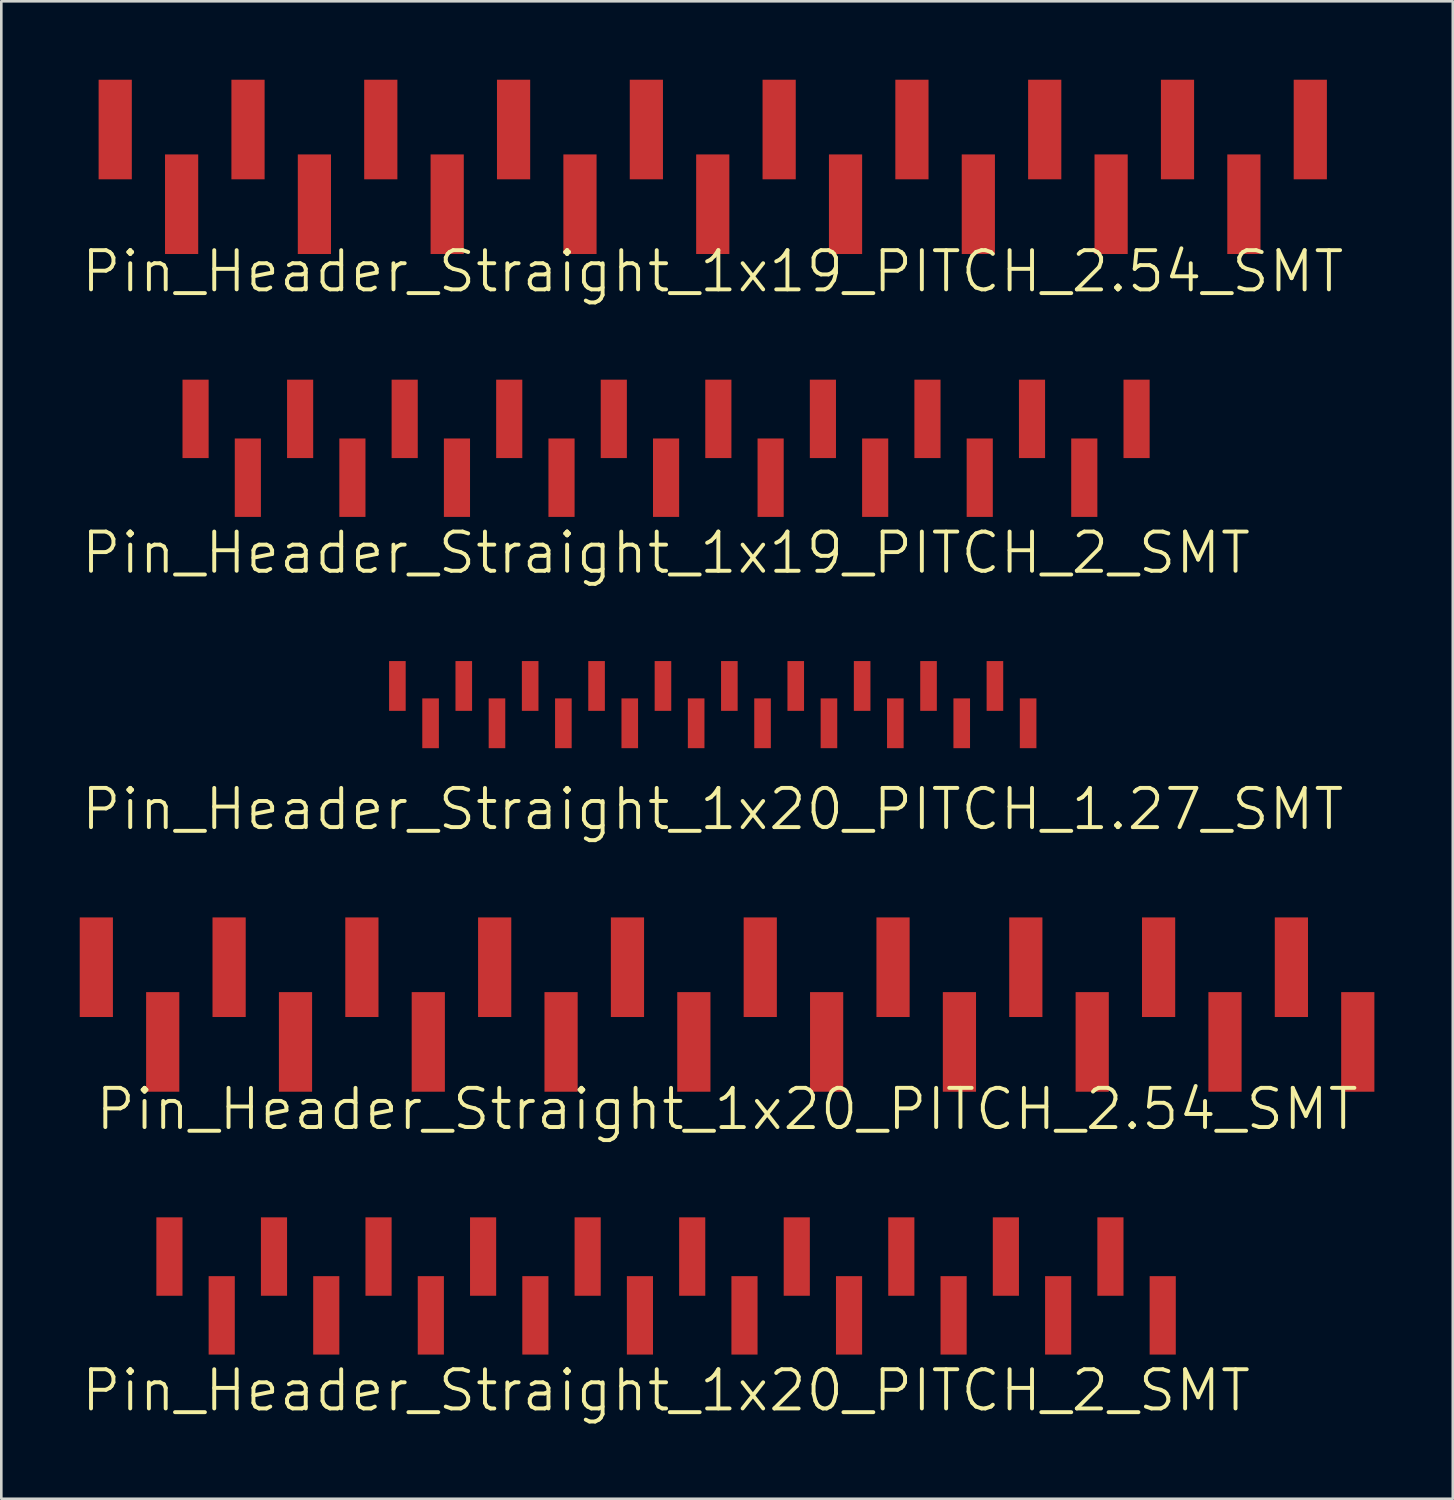
<source format=kicad_pcb>
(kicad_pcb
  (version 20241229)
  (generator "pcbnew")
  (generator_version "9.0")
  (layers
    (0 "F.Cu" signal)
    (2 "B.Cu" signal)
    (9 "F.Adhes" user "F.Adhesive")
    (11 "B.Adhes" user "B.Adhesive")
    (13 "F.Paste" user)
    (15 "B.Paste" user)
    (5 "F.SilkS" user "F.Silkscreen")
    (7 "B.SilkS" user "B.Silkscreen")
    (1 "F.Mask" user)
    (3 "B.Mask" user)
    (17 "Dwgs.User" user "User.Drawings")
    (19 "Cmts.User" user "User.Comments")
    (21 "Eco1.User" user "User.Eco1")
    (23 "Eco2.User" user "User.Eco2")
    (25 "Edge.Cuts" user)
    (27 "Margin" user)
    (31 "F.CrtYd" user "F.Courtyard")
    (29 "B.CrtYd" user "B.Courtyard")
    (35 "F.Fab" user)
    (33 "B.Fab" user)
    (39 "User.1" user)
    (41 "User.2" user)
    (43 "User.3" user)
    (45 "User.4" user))
  (footprint "Pin_Header_Straight_1x19_PITCH_2_SMT"
    (layer "F.Cu")
    (at 22.432 14.1)
    (property "Reference" "Pin_Header_Straight_1x19_PITCH_2_SMT" (at 0 4 0) (layer "F.SilkS") (effects (font (size 1.5 1.5) (thickness 0.15))))
    (attr through_hole)
    (pad "1" smd rect (at -18 -1.125) (size 1 3) (layers "F.Cu" "F.Mask" "F.Paste"))
    (pad "2" smd rect (at -16 1.125) (size 1 3) (layers "F.Cu" "F.Mask" "F.Paste"))
    (pad "3" smd rect (at -14 -1.125) (size 1 3) (layers "F.Cu" "F.Mask" "F.Paste"))
    (pad "4" smd rect (at -12 1.125) (size 1 3) (layers "F.Cu" "F.Mask" "F.Paste"))
    (pad "5" smd rect (at -10 -1.125) (size 1 3) (layers "F.Cu" "F.Mask" "F.Paste"))
    (pad "6" smd rect (at -8 1.125) (size 1 3) (layers "F.Cu" "F.Mask" "F.Paste"))
    (pad "7" smd rect (at -6 -1.125) (size 1 3) (layers "F.Cu" "F.Mask" "F.Paste"))
    (pad "8" smd rect (at -4 1.125) (size 1 3) (layers "F.Cu" "F.Mask" "F.Paste"))
    (pad "9" smd rect (at -2 -1.125) (size 1 3) (layers "F.Cu" "F.Mask" "F.Paste"))
    (pad "10" smd rect (at 0 1.125) (size 1 3) (layers "F.Cu" "F.Mask" "F.Paste"))
    (pad "11" smd rect (at 2 -1.125) (size 1 3) (layers "F.Cu" "F.Mask" "F.Paste"))
    (pad "12" smd rect (at 4 1.125) (size 1 3) (layers "F.Cu" "F.Mask" "F.Paste"))
    (pad "13" smd rect (at 6 -1.125) (size 1 3) (layers "F.Cu" "F.Mask" "F.Paste"))
    (pad "14" smd rect (at 8 1.125) (size 1 3) (layers "F.Cu" "F.Mask" "F.Paste"))
    (pad "15" smd rect (at 10 -1.125) (size 1 3) (layers "F.Cu" "F.Mask" "F.Paste"))
    (pad "16" smd rect (at 12 1.125) (size 1 3) (layers "F.Cu" "F.Mask" "F.Paste"))
    (pad "17" smd rect (at 14 -1.125) (size 1 3) (layers "F.Cu" "F.Mask" "F.Paste"))
    (pad "18" smd rect (at 16 1.125) (size 1 3) (layers "F.Cu" "F.Mask" "F.Paste"))
    (pad "19" smd rect (at 18 -1.125) (size 1 3) (layers "F.Cu" "F.Mask" "F.Paste")))
  (footprint "Pin_Header_Straight_1x20_PITCH_1.27_SMT"
    (layer "F.Cu")
    (at 24.218 23.907)
    (property "Reference" "Pin_Header_Straight_1x20_PITCH_1.27_SMT" (at 0 4 0) (layer "F.SilkS") (effects (font (size 1.5 1.5) (thickness 0.15))))
    (attr through_hole)
    (pad "1" smd rect (at -12.065 -0.714) (size 0.635 1.905) (layers "F.Cu" "F.Mask" "F.Paste"))
    (pad "2" smd rect (at -10.795 0.714) (size 0.635 1.905) (layers "F.Cu" "F.Mask" "F.Paste"))
    (pad "3" smd rect (at -9.525 -0.714) (size 0.635 1.905) (layers "F.Cu" "F.Mask" "F.Paste"))
    (pad "4" smd rect (at -8.255 0.714) (size 0.635 1.905) (layers "F.Cu" "F.Mask" "F.Paste"))
    (pad "5" smd rect (at -6.985 -0.714) (size 0.635 1.905) (layers "F.Cu" "F.Mask" "F.Paste"))
    (pad "6" smd rect (at -5.715 0.714) (size 0.635 1.905) (layers "F.Cu" "F.Mask" "F.Paste"))
    (pad "7" smd rect (at -4.445 -0.714) (size 0.635 1.905) (layers "F.Cu" "F.Mask" "F.Paste"))
    (pad "8" smd rect (at -3.175 0.714) (size 0.635 1.905) (layers "F.Cu" "F.Mask" "F.Paste"))
    (pad "9" smd rect (at -1.905 -0.714) (size 0.635 1.905) (layers "F.Cu" "F.Mask" "F.Paste"))
    (pad "10" smd rect (at -0.635 0.714) (size 0.635 1.905) (layers "F.Cu" "F.Mask" "F.Paste"))
    (pad "11" smd rect (at 0.635 -0.714) (size 0.635 1.905) (layers "F.Cu" "F.Mask" "F.Paste"))
    (pad "12" smd rect (at 1.905 0.714) (size 0.635 1.905) (layers "F.Cu" "F.Mask" "F.Paste"))
    (pad "13" smd rect (at 3.175 -0.714) (size 0.635 1.905) (layers "F.Cu" "F.Mask" "F.Paste"))
    (pad "14" smd rect (at 4.445 0.714) (size 0.635 1.905) (layers "F.Cu" "F.Mask" "F.Paste"))
    (pad "15" smd rect (at 5.715 -0.714) (size 0.635 1.905) (layers "F.Cu" "F.Mask" "F.Paste"))
    (pad "16" smd rect (at 6.985 0.714) (size 0.635 1.905) (layers "F.Cu" "F.Mask" "F.Paste"))
    (pad "17" smd rect (at 8.255 -0.714) (size 0.635 1.905) (layers "F.Cu" "F.Mask" "F.Paste"))
    (pad "18" smd rect (at 9.525 0.714) (size 0.635 1.905) (layers "F.Cu" "F.Mask" "F.Paste"))
    (pad "19" smd rect (at 10.795 -0.714) (size 0.635 1.905) (layers "F.Cu" "F.Mask" "F.Paste"))
    (pad "20" smd rect (at 12.065 0.714) (size 0.635 1.905) (layers "F.Cu" "F.Mask" "F.Paste")))
  (footprint "Pin_Header_Straight_1x20_PITCH_2_SMT"
    (layer "F.Cu")
    (at 22.432 46.147)
    (property "Reference" "Pin_Header_Straight_1x20_PITCH_2_SMT" (at 0 4 0) (layer "F.SilkS") (effects (font (size 1.5 1.5) (thickness 0.15))))
    (attr through_hole)
    (pad "1" smd rect (at -19 -1.125) (size 1 3) (layers "F.Cu" "F.Mask" "F.Paste"))
    (pad "2" smd rect (at -17 1.125) (size 1 3) (layers "F.Cu" "F.Mask" "F.Paste"))
    (pad "3" smd rect (at -15 -1.125) (size 1 3) (layers "F.Cu" "F.Mask" "F.Paste"))
    (pad "4" smd rect (at -13 1.125) (size 1 3) (layers "F.Cu" "F.Mask" "F.Paste"))
    (pad "5" smd rect (at -11 -1.125) (size 1 3) (layers "F.Cu" "F.Mask" "F.Paste"))
    (pad "6" smd rect (at -9 1.125) (size 1 3) (layers "F.Cu" "F.Mask" "F.Paste"))
    (pad "7" smd rect (at -7 -1.125) (size 1 3) (layers "F.Cu" "F.Mask" "F.Paste"))
    (pad "8" smd rect (at -5 1.125) (size 1 3) (layers "F.Cu" "F.Mask" "F.Paste"))
    (pad "9" smd rect (at -3 -1.125) (size 1 3) (layers "F.Cu" "F.Mask" "F.Paste"))
    (pad "10" smd rect (at -1 1.125) (size 1 3) (layers "F.Cu" "F.Mask" "F.Paste"))
    (pad "11" smd rect (at 1 -1.125) (size 1 3) (layers "F.Cu" "F.Mask" "F.Paste"))
    (pad "12" smd rect (at 3 1.125) (size 1 3) (layers "F.Cu" "F.Mask" "F.Paste"))
    (pad "13" smd rect (at 5 -1.125) (size 1 3) (layers "F.Cu" "F.Mask" "F.Paste"))
    (pad "14" smd rect (at 7 1.125) (size 1 3) (layers "F.Cu" "F.Mask" "F.Paste"))
    (pad "15" smd rect (at 9 -1.125) (size 1 3) (layers "F.Cu" "F.Mask" "F.Paste"))
    (pad "16" smd rect (at 11 1.125) (size 1 3) (layers "F.Cu" "F.Mask" "F.Paste"))
    (pad "17" smd rect (at 13 -1.125) (size 1 3) (layers "F.Cu" "F.Mask" "F.Paste"))
    (pad "18" smd rect (at 15 1.125) (size 1 3) (layers "F.Cu" "F.Mask" "F.Paste"))
    (pad "19" smd rect (at 17 -1.125) (size 1 3) (layers "F.Cu" "F.Mask" "F.Paste"))
    (pad "20" smd rect (at 19 1.125) (size 1 3) (layers "F.Cu" "F.Mask" "F.Paste")))
  (footprint "Pin_Header_Straight_1x20_PITCH_2.54_SMT"
    (layer "F.Cu")
    (at 24.765 35.382)
    (property "Reference" "Pin_Header_Straight_1x20_PITCH_2.54_SMT" (at 0 4 0) (layer "F.SilkS") (effects (font (size 1.5 1.5) (thickness 0.15))))
    (attr through_hole)
    (pad "1" smd rect (at -24.13 -1.429) (size 1.27 3.81) (layers "F.Cu" "F.Mask" "F.Paste"))
    (pad "2" smd rect (at -21.59 1.429) (size 1.27 3.81) (layers "F.Cu" "F.Mask" "F.Paste"))
    (pad "3" smd rect (at -19.05 -1.429) (size 1.27 3.81) (layers "F.Cu" "F.Mask" "F.Paste"))
    (pad "4" smd rect (at -16.51 1.429) (size 1.27 3.81) (layers "F.Cu" "F.Mask" "F.Paste"))
    (pad "5" smd rect (at -13.97 -1.429) (size 1.27 3.81) (layers "F.Cu" "F.Mask" "F.Paste"))
    (pad "6" smd rect (at -11.43 1.429) (size 1.27 3.81) (layers "F.Cu" "F.Mask" "F.Paste"))
    (pad "7" smd rect (at -8.89 -1.429) (size 1.27 3.81) (layers "F.Cu" "F.Mask" "F.Paste"))
    (pad "8" smd rect (at -6.35 1.429) (size 1.27 3.81) (layers "F.Cu" "F.Mask" "F.Paste"))
    (pad "9" smd rect (at -3.81 -1.429) (size 1.27 3.81) (layers "F.Cu" "F.Mask" "F.Paste"))
    (pad "10" smd rect (at -1.27 1.429) (size 1.27 3.81) (layers "F.Cu" "F.Mask" "F.Paste"))
    (pad "11" smd rect (at 1.27 -1.429) (size 1.27 3.81) (layers "F.Cu" "F.Mask" "F.Paste"))
    (pad "12" smd rect (at 3.81 1.429) (size 1.27 3.81) (layers "F.Cu" "F.Mask" "F.Paste"))
    (pad "13" smd rect (at 6.35 -1.429) (size 1.27 3.81) (layers "F.Cu" "F.Mask" "F.Paste"))
    (pad "14" smd rect (at 8.89 1.429) (size 1.27 3.81) (layers "F.Cu" "F.Mask" "F.Paste"))
    (pad "15" smd rect (at 11.43 -1.429) (size 1.27 3.81) (layers "F.Cu" "F.Mask" "F.Paste"))
    (pad "16" smd rect (at 13.97 1.429) (size 1.27 3.81) (layers "F.Cu" "F.Mask" "F.Paste"))
    (pad "17" smd rect (at 16.51 -1.429) (size 1.27 3.81) (layers "F.Cu" "F.Mask" "F.Paste"))
    (pad "18" smd rect (at 19.05 1.429) (size 1.27 3.81) (layers "F.Cu" "F.Mask" "F.Paste"))
    (pad "19" smd rect (at 21.59 -1.429) (size 1.27 3.81) (layers "F.Cu" "F.Mask" "F.Paste"))
    (pad "20" smd rect (at 24.13 1.429) (size 1.27 3.81) (layers "F.Cu" "F.Mask" "F.Paste")))
  (footprint "Pin_Header_Straight_1x19_PITCH_2.54_SMT"
    (layer "F.Cu")
    (at 24.218 3.334)
    (property "Reference" "Pin_Header_Straight_1x19_PITCH_2.54_SMT" (at 0 4 0) (layer "F.SilkS") (effects (font (size 1.5 1.5) (thickness 0.15))))
    (attr through_hole)
    (pad "1" smd rect (at -22.86 -1.429) (size 1.27 3.81) (layers "F.Cu" "F.Mask" "F.Paste"))
    (pad "2" smd rect (at -20.32 1.429) (size 1.27 3.81) (layers "F.Cu" "F.Mask" "F.Paste"))
    (pad "3" smd rect (at -17.78 -1.429) (size 1.27 3.81) (layers "F.Cu" "F.Mask" "F.Paste"))
    (pad "4" smd rect (at -15.24 1.429) (size 1.27 3.81) (layers "F.Cu" "F.Mask" "F.Paste"))
    (pad "5" smd rect (at -12.7 -1.429) (size 1.27 3.81) (layers "F.Cu" "F.Mask" "F.Paste"))
    (pad "6" smd rect (at -10.16 1.429) (size 1.27 3.81) (layers "F.Cu" "F.Mask" "F.Paste"))
    (pad "7" smd rect (at -7.62 -1.429) (size 1.27 3.81) (layers "F.Cu" "F.Mask" "F.Paste"))
    (pad "8" smd rect (at -5.08 1.429) (size 1.27 3.81) (layers "F.Cu" "F.Mask" "F.Paste"))
    (pad "9" smd rect (at -2.54 -1.429) (size 1.27 3.81) (layers "F.Cu" "F.Mask" "F.Paste"))
    (pad "10" smd rect (at 0 1.429) (size 1.27 3.81) (layers "F.Cu" "F.Mask" "F.Paste"))
    (pad "11" smd rect (at 2.54 -1.429) (size 1.27 3.81) (layers "F.Cu" "F.Mask" "F.Paste"))
    (pad "12" smd rect (at 5.08 1.429) (size 1.27 3.81) (layers "F.Cu" "F.Mask" "F.Paste"))
    (pad "13" smd rect (at 7.62 -1.429) (size 1.27 3.81) (layers "F.Cu" "F.Mask" "F.Paste"))
    (pad "14" smd rect (at 10.16 1.429) (size 1.27 3.81) (layers "F.Cu" "F.Mask" "F.Paste"))
    (pad "15" smd rect (at 12.7 -1.429) (size 1.27 3.81) (layers "F.Cu" "F.Mask" "F.Paste"))
    (pad "16" smd rect (at 15.24 1.429) (size 1.27 3.81) (layers "F.Cu" "F.Mask" "F.Paste"))
    (pad "17" smd rect (at 17.78 -1.429) (size 1.27 3.81) (layers "F.Cu" "F.Mask" "F.Paste"))
    (pad "18" smd rect (at 20.32 1.429) (size 1.27 3.81) (layers "F.Cu" "F.Mask" "F.Paste"))
    (pad "19" smd rect (at 22.86 -1.429) (size 1.27 3.81) (layers "F.Cu" "F.Mask" "F.Paste")))
  (gr_rect
    (start -3 -3)
    (end 52.53 54.288)
    (stroke (width 0.1) (type default))
    (fill no)
    (layer "Edge.Cuts")))
</source>
